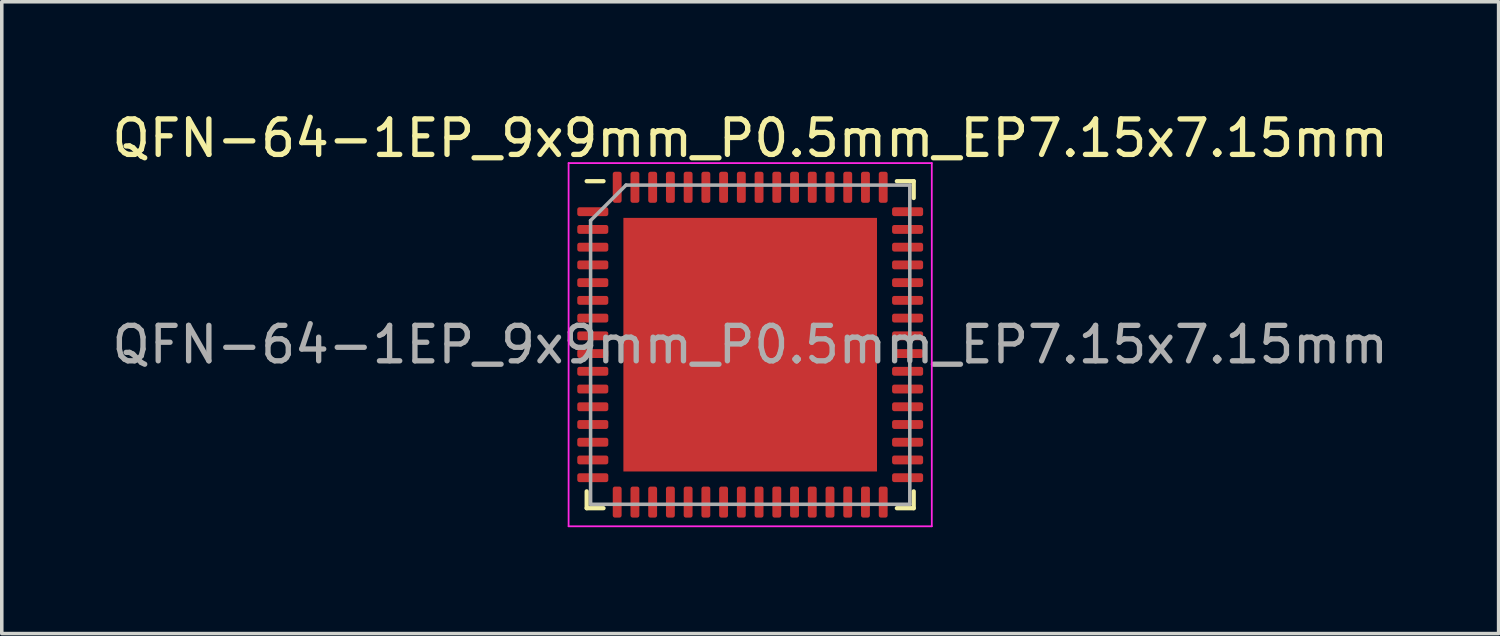
<source format=kicad_pcb>
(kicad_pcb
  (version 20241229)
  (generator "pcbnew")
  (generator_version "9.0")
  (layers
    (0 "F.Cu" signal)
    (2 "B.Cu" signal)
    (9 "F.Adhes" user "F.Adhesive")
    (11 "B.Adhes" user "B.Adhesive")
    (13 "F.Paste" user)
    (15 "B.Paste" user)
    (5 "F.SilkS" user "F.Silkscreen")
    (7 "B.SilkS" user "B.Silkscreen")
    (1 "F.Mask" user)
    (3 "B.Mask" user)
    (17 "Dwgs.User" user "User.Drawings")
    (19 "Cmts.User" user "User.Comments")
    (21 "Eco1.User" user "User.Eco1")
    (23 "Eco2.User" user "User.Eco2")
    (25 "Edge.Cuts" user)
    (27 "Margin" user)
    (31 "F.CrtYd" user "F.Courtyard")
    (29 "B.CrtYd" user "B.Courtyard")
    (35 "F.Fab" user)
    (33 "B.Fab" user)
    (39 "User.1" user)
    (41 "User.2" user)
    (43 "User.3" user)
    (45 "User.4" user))
  (footprint "QFN-64-1EP_9x9mm_P0.5mm_EP7.15x7.15mm"
    (layer "F.Cu")
    (at 18.101 6.668)
    (property "Reference" "QFN-64-1EP_9x9mm_P0.5mm_EP7.15x7.15mm" (at 0 -5.82 0) (layer "F.SilkS") (effects (font (size 1 1) (thickness 0.15))))
    (attr smd)
    (fp_line (start -4.61 4.61) (end -4.61 4.135) (stroke (width 0.12) (type solid)) (layer "F.SilkS"))
    (fp_line (start -4.135 -4.61) (end -4.61 -4.61) (stroke (width 0.12) (type solid)) (layer "F.SilkS"))
    (fp_line (start -4.135 4.61) (end -4.61 4.61) (stroke (width 0.12) (type solid)) (layer "F.SilkS"))
    (fp_line (start 4.135 -4.61) (end 4.61 -4.61) (stroke (width 0.12) (type solid)) (layer "F.SilkS"))
    (fp_line (start 4.135 4.61) (end 4.61 4.61) (stroke (width 0.12) (type solid)) (layer "F.SilkS"))
    (fp_line (start 4.61 -4.61) (end 4.61 -4.135) (stroke (width 0.12) (type solid)) (layer "F.SilkS"))
    (fp_line (start 4.61 4.61) (end 4.61 4.135) (stroke (width 0.12) (type solid)) (layer "F.SilkS"))
    (fp_line (start -5.12 -5.12) (end -5.12 5.12) (stroke (width 0.05) (type solid)) (layer "F.CrtYd"))
    (fp_line (start -5.12 5.12) (end 5.12 5.12) (stroke (width 0.05) (type solid)) (layer "F.CrtYd"))
    (fp_line (start 5.12 -5.12) (end -5.12 -5.12) (stroke (width 0.05) (type solid)) (layer "F.CrtYd"))
    (fp_line (start 5.12 5.12) (end 5.12 -5.12) (stroke (width 0.05) (type solid)) (layer "F.CrtYd"))
    (fp_line (start -4.5 -3.5) (end -3.5 -4.5) (stroke (width 0.1) (type solid)) (layer "F.Fab"))
    (fp_line (start -4.5 4.5) (end -4.5 -3.5) (stroke (width 0.1) (type solid)) (layer "F.Fab"))
    (fp_line (start -3.5 -4.5) (end 4.5 -4.5) (stroke (width 0.1) (type solid)) (layer "F.Fab"))
    (fp_line (start 4.5 -4.5) (end 4.5 4.5) (stroke (width 0.1) (type solid)) (layer "F.Fab"))
    (fp_line (start 4.5 4.5) (end -4.5 4.5) (stroke (width 0.1) (type solid)) (layer "F.Fab"))
    (fp_text user "${REFERENCE}" (at 0 0 0) (layer "F.Fab") (effects (font (size 1 1) (thickness 0.15))))
    (pad "" smd roundrect (at -2.86 -2.86) (size 1.15 1.15) (layers "F.Paste") (roundrect_rratio 0.217))
    (pad "" smd roundrect (at -2.86 -1.43) (size 1.15 1.15) (layers "F.Paste") (roundrect_rratio 0.217))
    (pad "" smd roundrect (at -2.86 0) (size 1.15 1.15) (layers "F.Paste") (roundrect_rratio 0.217))
    (pad "" smd roundrect (at -2.86 1.43) (size 1.15 1.15) (layers "F.Paste") (roundrect_rratio 0.217))
    (pad "" smd roundrect (at -2.86 2.86) (size 1.15 1.15) (layers "F.Paste") (roundrect_rratio 0.217))
    (pad "" smd roundrect (at -1.43 -2.86) (size 1.15 1.15) (layers "F.Paste") (roundrect_rratio 0.217))
    (pad "" smd roundrect (at -1.43 -1.43) (size 1.15 1.15) (layers "F.Paste") (roundrect_rratio 0.217))
    (pad "" smd roundrect (at -1.43 0) (size 1.15 1.15) (layers "F.Paste") (roundrect_rratio 0.217))
    (pad "" smd roundrect (at -1.43 1.43) (size 1.15 1.15) (layers "F.Paste") (roundrect_rratio 0.217))
    (pad "" smd roundrect (at -1.43 2.86) (size 1.15 1.15) (layers "F.Paste") (roundrect_rratio 0.217))
    (pad "" smd roundrect (at 0 -2.86) (size 1.15 1.15) (layers "F.Paste") (roundrect_rratio 0.217))
    (pad "" smd roundrect (at 0 -1.43) (size 1.15 1.15) (layers "F.Paste") (roundrect_rratio 0.217))
    (pad "" smd roundrect (at 0 0) (size 1.15 1.15) (layers "F.Paste") (roundrect_rratio 0.217))
    (pad "" smd roundrect (at 0 1.43) (size 1.15 1.15) (layers "F.Paste") (roundrect_rratio 0.217))
    (pad "" smd roundrect (at 0 2.86) (size 1.15 1.15) (layers "F.Paste") (roundrect_rratio 0.217))
    (pad "" smd roundrect (at 1.43 -2.86) (size 1.15 1.15) (layers "F.Paste") (roundrect_rratio 0.217))
    (pad "" smd roundrect (at 1.43 -1.43) (size 1.15 1.15) (layers "F.Paste") (roundrect_rratio 0.217))
    (pad "" smd roundrect (at 1.43 0) (size 1.15 1.15) (layers "F.Paste") (roundrect_rratio 0.217))
    (pad "" smd roundrect (at 1.43 1.43) (size 1.15 1.15) (layers "F.Paste") (roundrect_rratio 0.217))
    (pad "" smd roundrect (at 1.43 2.86) (size 1.15 1.15) (layers "F.Paste") (roundrect_rratio 0.217))
    (pad "" smd roundrect (at 2.86 -2.86) (size 1.15 1.15) (layers "F.Paste") (roundrect_rratio 0.217))
    (pad "" smd roundrect (at 2.86 -1.43) (size 1.15 1.15) (layers "F.Paste") (roundrect_rratio 0.217))
    (pad "" smd roundrect (at 2.86 0) (size 1.15 1.15) (layers "F.Paste") (roundrect_rratio 0.217))
    (pad "" smd roundrect (at 2.86 1.43) (size 1.15 1.15) (layers "F.Paste") (roundrect_rratio 0.217))
    (pad "" smd roundrect (at 2.86 2.86) (size 1.15 1.15) (layers "F.Paste") (roundrect_rratio 0.217))
    (pad "1" smd roundrect (at -4.438 -3.75) (size 0.875 0.25) (layers "F.Cu" "F.Mask" "F.Paste") (roundrect_rratio 0.25))
    (pad "2" smd roundrect (at -4.438 -3.25) (size 0.875 0.25) (layers "F.Cu" "F.Mask" "F.Paste") (roundrect_rratio 0.25))
    (pad "3" smd roundrect (at -4.438 -2.75) (size 0.875 0.25) (layers "F.Cu" "F.Mask" "F.Paste") (roundrect_rratio 0.25))
    (pad "4" smd roundrect (at -4.438 -2.25) (size 0.875 0.25) (layers "F.Cu" "F.Mask" "F.Paste") (roundrect_rratio 0.25))
    (pad "5" smd roundrect (at -4.438 -1.75) (size 0.875 0.25) (layers "F.Cu" "F.Mask" "F.Paste") (roundrect_rratio 0.25))
    (pad "6" smd roundrect (at -4.438 -1.25) (size 0.875 0.25) (layers "F.Cu" "F.Mask" "F.Paste") (roundrect_rratio 0.25))
    (pad "7" smd roundrect (at -4.438 -0.75) (size 0.875 0.25) (layers "F.Cu" "F.Mask" "F.Paste") (roundrect_rratio 0.25))
    (pad "8" smd roundrect (at -4.438 -0.25) (size 0.875 0.25) (layers "F.Cu" "F.Mask" "F.Paste") (roundrect_rratio 0.25))
    (pad "9" smd roundrect (at -4.438 0.25) (size 0.875 0.25) (layers "F.Cu" "F.Mask" "F.Paste") (roundrect_rratio 0.25))
    (pad "10" smd roundrect (at -4.438 0.75) (size 0.875 0.25) (layers "F.Cu" "F.Mask" "F.Paste") (roundrect_rratio 0.25))
    (pad "11" smd roundrect (at -4.438 1.25) (size 0.875 0.25) (layers "F.Cu" "F.Mask" "F.Paste") (roundrect_rratio 0.25))
    (pad "12" smd roundrect (at -4.438 1.75) (size 0.875 0.25) (layers "F.Cu" "F.Mask" "F.Paste") (roundrect_rratio 0.25))
    (pad "13" smd roundrect (at -4.438 2.25) (size 0.875 0.25) (layers "F.Cu" "F.Mask" "F.Paste") (roundrect_rratio 0.25))
    (pad "14" smd roundrect (at -4.438 2.75) (size 0.875 0.25) (layers "F.Cu" "F.Mask" "F.Paste") (roundrect_rratio 0.25))
    (pad "15" smd roundrect (at -4.438 3.25) (size 0.875 0.25) (layers "F.Cu" "F.Mask" "F.Paste") (roundrect_rratio 0.25))
    (pad "16" smd roundrect (at -4.438 3.75) (size 0.875 0.25) (layers "F.Cu" "F.Mask" "F.Paste") (roundrect_rratio 0.25))
    (pad "17" smd roundrect (at -3.75 4.438) (size 0.25 0.875) (layers "F.Cu" "F.Mask" "F.Paste") (roundrect_rratio 0.25))
    (pad "18" smd roundrect (at -3.25 4.438) (size 0.25 0.875) (layers "F.Cu" "F.Mask" "F.Paste") (roundrect_rratio 0.25))
    (pad "19" smd roundrect (at -2.75 4.438) (size 0.25 0.875) (layers "F.Cu" "F.Mask" "F.Paste") (roundrect_rratio 0.25))
    (pad "20" smd roundrect (at -2.25 4.438) (size 0.25 0.875) (layers "F.Cu" "F.Mask" "F.Paste") (roundrect_rratio 0.25))
    (pad "21" smd roundrect (at -1.75 4.438) (size 0.25 0.875) (layers "F.Cu" "F.Mask" "F.Paste") (roundrect_rratio 0.25))
    (pad "22" smd roundrect (at -1.25 4.438) (size 0.25 0.875) (layers "F.Cu" "F.Mask" "F.Paste") (roundrect_rratio 0.25))
    (pad "23" smd roundrect (at -0.75 4.438) (size 0.25 0.875) (layers "F.Cu" "F.Mask" "F.Paste") (roundrect_rratio 0.25))
    (pad "24" smd roundrect (at -0.25 4.438) (size 0.25 0.875) (layers "F.Cu" "F.Mask" "F.Paste") (roundrect_rratio 0.25))
    (pad "25" smd roundrect (at 0.25 4.438) (size 0.25 0.875) (layers "F.Cu" "F.Mask" "F.Paste") (roundrect_rratio 0.25))
    (pad "26" smd roundrect (at 0.75 4.438) (size 0.25 0.875) (layers "F.Cu" "F.Mask" "F.Paste") (roundrect_rratio 0.25))
    (pad "27" smd roundrect (at 1.25 4.438) (size 0.25 0.875) (layers "F.Cu" "F.Mask" "F.Paste") (roundrect_rratio 0.25))
    (pad "28" smd roundrect (at 1.75 4.438) (size 0.25 0.875) (layers "F.Cu" "F.Mask" "F.Paste") (roundrect_rratio 0.25))
    (pad "29" smd roundrect (at 2.25 4.438) (size 0.25 0.875) (layers "F.Cu" "F.Mask" "F.Paste") (roundrect_rratio 0.25))
    (pad "30" smd roundrect (at 2.75 4.438) (size 0.25 0.875) (layers "F.Cu" "F.Mask" "F.Paste") (roundrect_rratio 0.25))
    (pad "31" smd roundrect (at 3.25 4.438) (size 0.25 0.875) (layers "F.Cu" "F.Mask" "F.Paste") (roundrect_rratio 0.25))
    (pad "32" smd roundrect (at 3.75 4.438) (size 0.25 0.875) (layers "F.Cu" "F.Mask" "F.Paste") (roundrect_rratio 0.25))
    (pad "33" smd roundrect (at 4.438 3.75) (size 0.875 0.25) (layers "F.Cu" "F.Mask" "F.Paste") (roundrect_rratio 0.25))
    (pad "34" smd roundrect (at 4.438 3.25) (size 0.875 0.25) (layers "F.Cu" "F.Mask" "F.Paste") (roundrect_rratio 0.25))
    (pad "35" smd roundrect (at 4.438 2.75) (size 0.875 0.25) (layers "F.Cu" "F.Mask" "F.Paste") (roundrect_rratio 0.25))
    (pad "36" smd roundrect (at 4.438 2.25) (size 0.875 0.25) (layers "F.Cu" "F.Mask" "F.Paste") (roundrect_rratio 0.25))
    (pad "37" smd roundrect (at 4.438 1.75) (size 0.875 0.25) (layers "F.Cu" "F.Mask" "F.Paste") (roundrect_rratio 0.25))
    (pad "38" smd roundrect (at 4.438 1.25) (size 0.875 0.25) (layers "F.Cu" "F.Mask" "F.Paste") (roundrect_rratio 0.25))
    (pad "39" smd roundrect (at 4.438 0.75) (size 0.875 0.25) (layers "F.Cu" "F.Mask" "F.Paste") (roundrect_rratio 0.25))
    (pad "40" smd roundrect (at 4.438 0.25) (size 0.875 0.25) (layers "F.Cu" "F.Mask" "F.Paste") (roundrect_rratio 0.25))
    (pad "41" smd roundrect (at 4.438 -0.25) (size 0.875 0.25) (layers "F.Cu" "F.Mask" "F.Paste") (roundrect_rratio 0.25))
    (pad "42" smd roundrect (at 4.438 -0.75) (size 0.875 0.25) (layers "F.Cu" "F.Mask" "F.Paste") (roundrect_rratio 0.25))
    (pad "43" smd roundrect (at 4.438 -1.25) (size 0.875 0.25) (layers "F.Cu" "F.Mask" "F.Paste") (roundrect_rratio 0.25))
    (pad "44" smd roundrect (at 4.438 -1.75) (size 0.875 0.25) (layers "F.Cu" "F.Mask" "F.Paste") (roundrect_rratio 0.25))
    (pad "45" smd roundrect (at 4.438 -2.25) (size 0.875 0.25) (layers "F.Cu" "F.Mask" "F.Paste") (roundrect_rratio 0.25))
    (pad "46" smd roundrect (at 4.438 -2.75) (size 0.875 0.25) (layers "F.Cu" "F.Mask" "F.Paste") (roundrect_rratio 0.25))
    (pad "47" smd roundrect (at 4.438 -3.25) (size 0.875 0.25) (layers "F.Cu" "F.Mask" "F.Paste") (roundrect_rratio 0.25))
    (pad "48" smd roundrect (at 4.438 -3.75) (size 0.875 0.25) (layers "F.Cu" "F.Mask" "F.Paste") (roundrect_rratio 0.25))
    (pad "49" smd roundrect (at 3.75 -4.438) (size 0.25 0.875) (layers "F.Cu" "F.Mask" "F.Paste") (roundrect_rratio 0.25))
    (pad "50" smd roundrect (at 3.25 -4.438) (size 0.25 0.875) (layers "F.Cu" "F.Mask" "F.Paste") (roundrect_rratio 0.25))
    (pad "51" smd roundrect (at 2.75 -4.438) (size 0.25 0.875) (layers "F.Cu" "F.Mask" "F.Paste") (roundrect_rratio 0.25))
    (pad "52" smd roundrect (at 2.25 -4.438) (size 0.25 0.875) (layers "F.Cu" "F.Mask" "F.Paste") (roundrect_rratio 0.25))
    (pad "53" smd roundrect (at 1.75 -4.438) (size 0.25 0.875) (layers "F.Cu" "F.Mask" "F.Paste") (roundrect_rratio 0.25))
    (pad "54" smd roundrect (at 1.25 -4.438) (size 0.25 0.875) (layers "F.Cu" "F.Mask" "F.Paste") (roundrect_rratio 0.25))
    (pad "55" smd roundrect (at 0.75 -4.438) (size 0.25 0.875) (layers "F.Cu" "F.Mask" "F.Paste") (roundrect_rratio 0.25))
    (pad "56" smd roundrect (at 0.25 -4.438) (size 0.25 0.875) (layers "F.Cu" "F.Mask" "F.Paste") (roundrect_rratio 0.25))
    (pad "57" smd roundrect (at -0.25 -4.438) (size 0.25 0.875) (layers "F.Cu" "F.Mask" "F.Paste") (roundrect_rratio 0.25))
    (pad "58" smd roundrect (at -0.75 -4.438) (size 0.25 0.875) (layers "F.Cu" "F.Mask" "F.Paste") (roundrect_rratio 0.25))
    (pad "59" smd roundrect (at -1.25 -4.438) (size 0.25 0.875) (layers "F.Cu" "F.Mask" "F.Paste") (roundrect_rratio 0.25))
    (pad "60" smd roundrect (at -1.75 -4.438) (size 0.25 0.875) (layers "F.Cu" "F.Mask" "F.Paste") (roundrect_rratio 0.25))
    (pad "61" smd roundrect (at -2.25 -4.438) (size 0.25 0.875) (layers "F.Cu" "F.Mask" "F.Paste") (roundrect_rratio 0.25))
    (pad "62" smd roundrect (at -2.75 -4.438) (size 0.25 0.875) (layers "F.Cu" "F.Mask" "F.Paste") (roundrect_rratio 0.25))
    (pad "63" smd roundrect (at -3.25 -4.438) (size 0.25 0.875) (layers "F.Cu" "F.Mask" "F.Paste") (roundrect_rratio 0.25))
    (pad "64" smd roundrect (at -3.75 -4.438) (size 0.25 0.875) (layers "F.Cu" "F.Mask" "F.Paste") (roundrect_rratio 0.25))
    (pad "65" smd rect (at 0 0) (size 7.15 7.15) (layers "F.Cu" "F.Mask")))
  (gr_rect
    (start -3 -3)
    (end 39.202 14.813)
    (stroke (width 0.1) (type default))
    (fill no)
    (layer "Edge.Cuts")))
</source>
